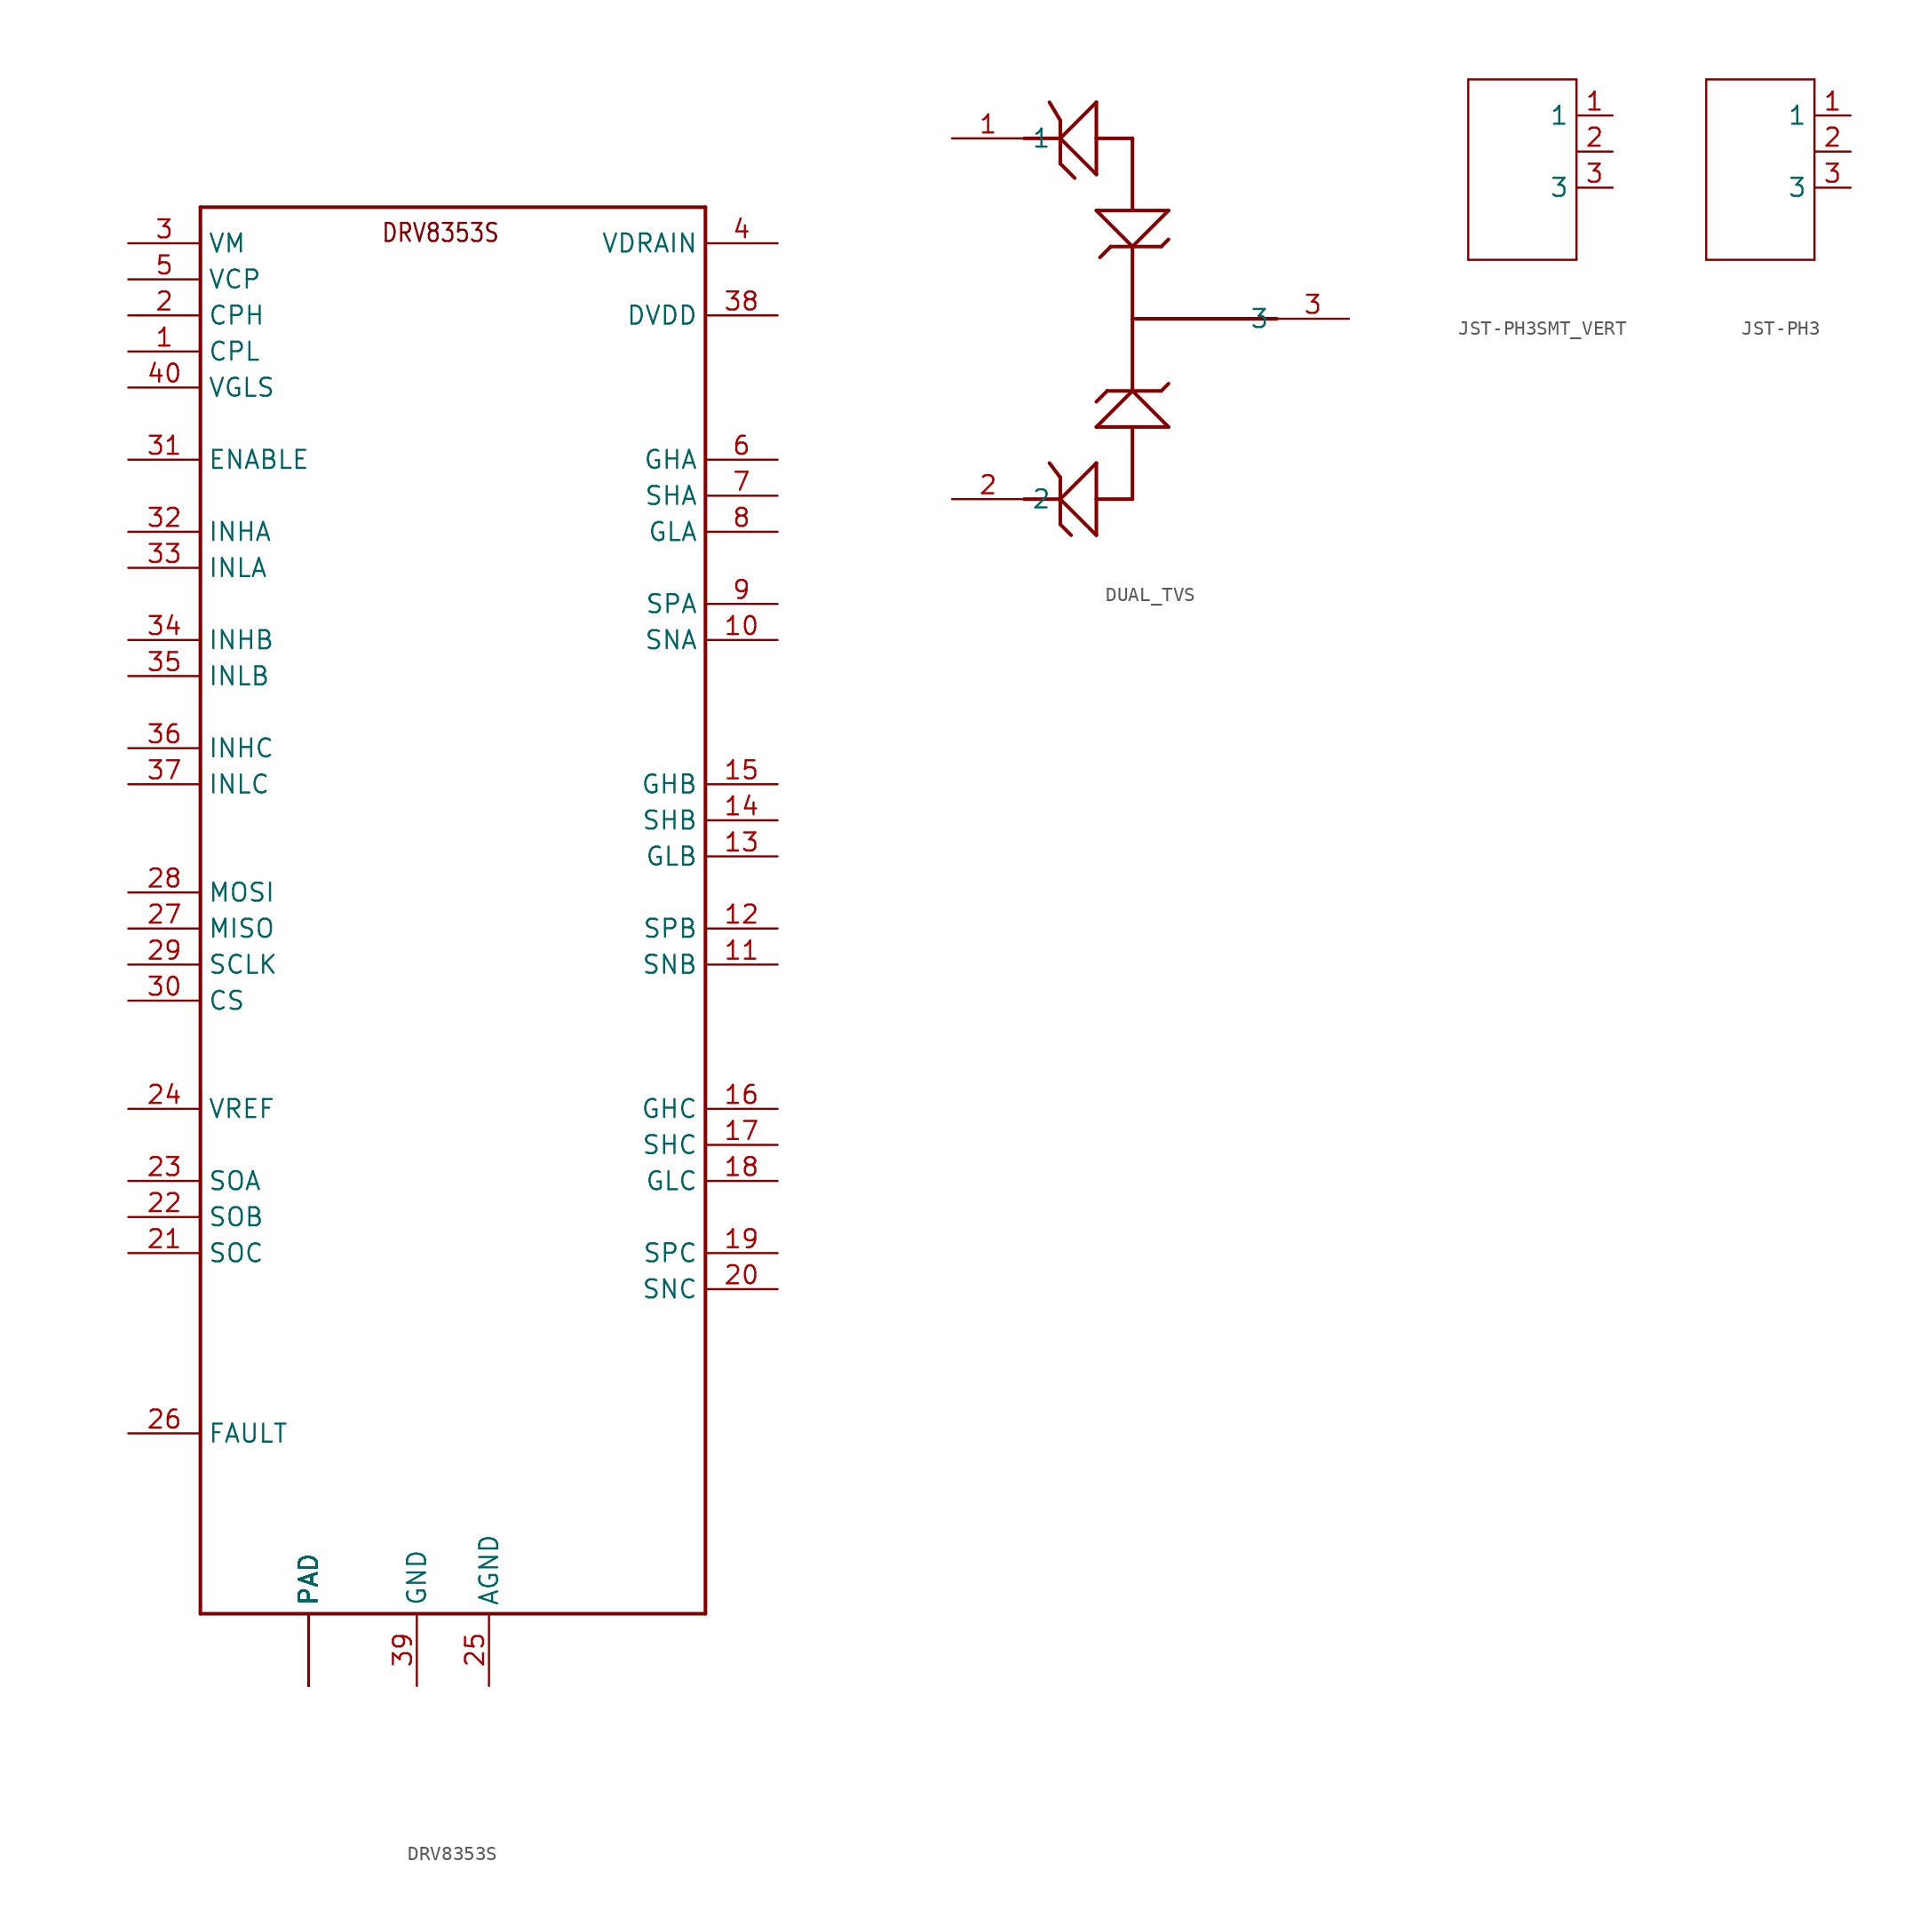
<source format=kicad_sym>
(kicad_symbol_lib
  (version 20220914)
  (generator kicad_symbol_editor)
  (symbol "DRV8353S"
    (property "Reference" ""
      (at -15.24 53.34 0)
      (effects (font (size 1.27 1.079)) (justify left bottom) hide))
    (property "ki_locked" ""
      (at 0 0 0)
      (effects (font (size 1.27 1.27))))
    (symbol "DRV8353S_1_0"
      (polyline (pts (xy -17.78 -48.26) (xy 17.78 -48.26)) (stroke (width 0.254) (type solid)) (fill (type none)))
      (polyline (pts (xy -17.78 50.8) (xy -17.78 -48.26)) (stroke (width 0.254) (type solid)) (fill (type none)))
      (polyline (pts (xy 17.78 -48.26) (xy 17.78 50.8)) (stroke (width 0.254) (type solid)) (fill (type none)))
      (polyline (pts (xy 17.78 50.8) (xy -17.78 50.8)) (stroke (width 0.254) (type solid)) (fill (type none)))
      (text "DRV8353S" (at -5.08 48.26 0) (effects (font (size 1.27 1.079)) (justify left bottom)))
      (pin bidirectional line (at -22.86 40.64 0) (length 5.08) (name "CPL" (effects (font (size 1.27 1.27)))) (number "1" (effects (font (size 1.27 1.27)))))
      (pin bidirectional line (at 22.86 20.32 180) (length 5.08) (name "SNA" (effects (font (size 1.27 1.27)))) (number "10" (effects (font (size 1.27 1.27)))))
      (pin bidirectional line (at 22.86 -2.54 180) (length 5.08) (name "SNB" (effects (font (size 1.27 1.27)))) (number "11" (effects (font (size 1.27 1.27)))))
      (pin bidirectional line (at 22.86 0 180) (length 5.08) (name "SPB" (effects (font (size 1.27 1.27)))) (number "12" (effects (font (size 1.27 1.27)))))
      (pin bidirectional line (at 22.86 5.08 180) (length 5.08) (name "GLB" (effects (font (size 1.27 1.27)))) (number "13" (effects (font (size 1.27 1.27)))))
      (pin bidirectional line (at 22.86 7.62 180) (length 5.08) (name "SHB" (effects (font (size 1.27 1.27)))) (number "14" (effects (font (size 1.27 1.27)))))
      (pin bidirectional line (at 22.86 10.16 180) (length 5.08) (name "GHB" (effects (font (size 1.27 1.27)))) (number "15" (effects (font (size 1.27 1.27)))))
      (pin bidirectional line (at 22.86 -12.7 180) (length 5.08) (name "GHC" (effects (font (size 1.27 1.27)))) (number "16" (effects (font (size 1.27 1.27)))))
      (pin bidirectional line (at 22.86 -15.24 180) (length 5.08) (name "SHC" (effects (font (size 1.27 1.27)))) (number "17" (effects (font (size 1.27 1.27)))))
      (pin bidirectional line (at 22.86 -17.78 180) (length 5.08) (name "GLC" (effects (font (size 1.27 1.27)))) (number "18" (effects (font (size 1.27 1.27)))))
      (pin bidirectional line (at 22.86 -22.86 180) (length 5.08) (name "SPC" (effects (font (size 1.27 1.27)))) (number "19" (effects (font (size 1.27 1.27)))))
      (pin bidirectional line (at -22.86 43.18 0) (length 5.08) (name "CPH" (effects (font (size 1.27 1.27)))) (number "2" (effects (font (size 1.27 1.27)))))
      (pin bidirectional line (at 22.86 -25.4 180) (length 5.08) (name "SNC" (effects (font (size 1.27 1.27)))) (number "20" (effects (font (size 1.27 1.27)))))
      (pin bidirectional line (at -22.86 -22.86 0) (length 5.08) (name "SOC" (effects (font (size 1.27 1.27)))) (number "21" (effects (font (size 1.27 1.27)))))
      (pin bidirectional line (at -22.86 -20.32 0) (length 5.08) (name "SOB" (effects (font (size 1.27 1.27)))) (number "22" (effects (font (size 1.27 1.27)))))
      (pin bidirectional line (at -22.86 -17.78 0) (length 5.08) (name "SOA" (effects (font (size 1.27 1.27)))) (number "23" (effects (font (size 1.27 1.27)))))
      (pin bidirectional line (at -22.86 -12.7 0) (length 5.08) (name "VREF" (effects (font (size 1.27 1.27)))) (number "24" (effects (font (size 1.27 1.27)))))
      (pin bidirectional line (at 2.54 -53.34 90) (length 5.08) (name "AGND" (effects (font (size 1.27 1.27)))) (number "25" (effects (font (size 1.27 1.27)))))
      (pin bidirectional line (at -22.86 -35.56 0) (length 5.08) (name "FAULT" (effects (font (size 1.27 1.27)))) (number "26" (effects (font (size 1.27 1.27)))))
      (pin bidirectional line (at -22.86 0 0) (length 5.08) (name "MISO" (effects (font (size 1.27 1.27)))) (number "27" (effects (font (size 1.27 1.27)))))
      (pin bidirectional line (at -22.86 2.54 0) (length 5.08) (name "MOSI" (effects (font (size 1.27 1.27)))) (number "28" (effects (font (size 1.27 1.27)))))
      (pin bidirectional line (at -22.86 -2.54 0) (length 5.08) (name "SCLK" (effects (font (size 1.27 1.27)))) (number "29" (effects (font (size 1.27 1.27)))))
      (pin bidirectional line (at -22.86 48.26 0) (length 5.08) (name "VM" (effects (font (size 1.27 1.27)))) (number "3" (effects (font (size 1.27 1.27)))))
      (pin bidirectional line (at -22.86 -5.08 0) (length 5.08) (name "CS" (effects (font (size 1.27 1.27)))) (number "30" (effects (font (size 1.27 1.27)))))
      (pin bidirectional line (at -22.86 33.02 0) (length 5.08) (name "ENABLE" (effects (font (size 1.27 1.27)))) (number "31" (effects (font (size 1.27 1.27)))))
      (pin bidirectional line (at -22.86 27.94 0) (length 5.08) (name "INHA" (effects (font (size 1.27 1.27)))) (number "32" (effects (font (size 1.27 1.27)))))
      (pin bidirectional line (at -22.86 25.4 0) (length 5.08) (name "INLA" (effects (font (size 1.27 1.27)))) (number "33" (effects (font (size 1.27 1.27)))))
      (pin bidirectional line (at -22.86 20.32 0) (length 5.08) (name "INHB" (effects (font (size 1.27 1.27)))) (number "34" (effects (font (size 1.27 1.27)))))
      (pin bidirectional line (at -22.86 17.78 0) (length 5.08) (name "INLB" (effects (font (size 1.27 1.27)))) (number "35" (effects (font (size 1.27 1.27)))))
      (pin bidirectional line (at -22.86 12.7 0) (length 5.08) (name "INHC" (effects (font (size 1.27 1.27)))) (number "36" (effects (font (size 1.27 1.27)))))
      (pin bidirectional line (at -22.86 10.16 0) (length 5.08) (name "INLC" (effects (font (size 1.27 1.27)))) (number "37" (effects (font (size 1.27 1.27)))))
      (pin bidirectional line (at 22.86 43.18 180) (length 5.08) (name "DVDD" (effects (font (size 1.27 1.27)))) (number "38" (effects (font (size 1.27 1.27)))))
      (pin bidirectional line (at -2.54 -53.34 90) (length 5.08) (name "GND" (effects (font (size 1.27 1.27)))) (number "39" (effects (font (size 1.27 1.27)))))
      (pin bidirectional line (at 22.86 48.26 180) (length 5.08) (name "VDRAIN" (effects (font (size 1.27 1.27)))) (number "4" (effects (font (size 1.27 1.27)))))
      (pin bidirectional line (at -22.86 38.1 0) (length 5.08) (name "VGLS" (effects (font (size 1.27 1.27)))) (number "40" (effects (font (size 1.27 1.27)))))
      (pin bidirectional line (at -22.86 45.72 0) (length 5.08) (name "VCP" (effects (font (size 1.27 1.27)))) (number "5" (effects (font (size 1.27 1.27)))))
      (pin bidirectional line (at 22.86 33.02 180) (length 5.08) (name "GHA" (effects (font (size 1.27 1.27)))) (number "6" (effects (font (size 1.27 1.27)))))
      (pin bidirectional line (at 22.86 30.48 180) (length 5.08) (name "SHA" (effects (font (size 1.27 1.27)))) (number "7" (effects (font (size 1.27 1.27)))))
      (pin bidirectional line (at 22.86 27.94 180) (length 5.08) (name "GLA" (effects (font (size 1.27 1.27)))) (number "8" (effects (font (size 1.27 1.27)))))
      (pin bidirectional line (at 22.86 22.86 180) (length 5.08) (name "SPA" (effects (font (size 1.27 1.27)))) (number "9" (effects (font (size 1.27 1.27)))))
      (pin bidirectional line (at -10.16 -53.34 90) (length 5.08) (name "PAD" (effects (font (size 1.27 1.27)))) (number "P1" (effects (font (size 0 0)))))
      (pin bidirectional line (at -10.16 -53.34 90) (length 5.08) (name "PAD" (effects (font (size 1.27 1.27)))) (number "P12" (effects (font (size 0 0)))))
      (pin bidirectional line (at -10.16 -53.34 90) (length 5.08) (name "PAD" (effects (font (size 1.27 1.27)))) (number "P13" (effects (font (size 0 0)))))
      (pin bidirectional line (at -10.16 -53.34 90) (length 5.08) (name "PAD" (effects (font (size 1.27 1.27)))) (number "P14" (effects (font (size 0 0)))))
      (pin bidirectional line (at -10.16 -53.34 90) (length 5.08) (name "PAD" (effects (font (size 1.27 1.27)))) (number "P17" (effects (font (size 0 0)))))
      (pin bidirectional line (at -10.16 -53.34 90) (length 5.08) (name "PAD" (effects (font (size 1.27 1.27)))) (number "P18" (effects (font (size 0 0)))))
      (pin bidirectional line (at -10.16 -53.34 90) (length 5.08) (name "PAD" (effects (font (size 1.27 1.27)))) (number "P19" (effects (font (size 0 0)))))
      (pin bidirectional line (at -10.16 -53.34 90) (length 5.08) (name "PAD" (effects (font (size 1.27 1.27)))) (number "P2" (effects (font (size 0 0)))))
      (pin bidirectional line (at -10.16 -53.34 90) (length 5.08) (name "PAD" (effects (font (size 1.27 1.27)))) (number "P3" (effects (font (size 0 0)))))
      (pin bidirectional line (at -10.16 -53.34 90) (length 5.08) (name "PAD" (effects (font (size 1.27 1.27)))) (number "P7" (effects (font (size 0 0)))))
      (pin bidirectional line (at -10.16 -53.34 90) (length 5.08) (name "PAD" (effects (font (size 1.27 1.27)))) (number "P8" (effects (font (size 0 0)))))
      (pin bidirectional line (at -10.16 -53.34 90) (length 5.08) (name "PAD" (effects (font (size 1.27 1.27)))) (number "P9" (effects (font (size 0 0)))))
      (pin bidirectional line (at -10.16 -53.34 90) (length 5.08) (name "PAD" (effects (font (size 1.27 1.27)))) (number "PAD" (effects (font (size 0 0)))))))
  (symbol "DUAL_TVS"
    (property "Reference" ""
      (at 0 0 0)
      (effects (font (size 1.27 1.27)) hide))
    (property "ki_locked" ""
      (at 0 0 0)
      (effects (font (size 1.27 1.27))))
    (symbol "DUAL_TVS_1_0"
      (polyline (pts (xy -10.16 -12.7) (xy -7.62 -12.7)) (stroke (width 0.254) (type solid)) (fill (type none)))
      (polyline (pts (xy -10.16 12.7) (xy -7.62 12.7)) (stroke (width 0.254) (type solid)) (fill (type none)))
      (polyline (pts (xy -7.62 -14.478) (xy -6.858 -15.24)) (stroke (width 0.254) (type solid)) (fill (type none)))
      (polyline (pts (xy -7.62 -12.7) (xy -7.62 -14.478)) (stroke (width 0.254) (type solid)) (fill (type none)))
      (polyline (pts (xy -7.62 -12.7) (xy -7.62 -11.176)) (stroke (width 0.254) (type solid)) (fill (type none)))
      (polyline (pts (xy -7.62 -12.7) (xy -5.08 -10.16)) (stroke (width 0.254) (type solid)) (fill (type none)))
      (polyline (pts (xy -7.62 -11.176) (xy -8.382 -10.16)) (stroke (width 0.254) (type solid)) (fill (type none)))
      (polyline (pts (xy -7.62 10.922) (xy -6.604 9.906)) (stroke (width 0.254) (type solid)) (fill (type none)))
      (polyline (pts (xy -7.62 12.7) (xy -7.62 10.922)) (stroke (width 0.254) (type solid)) (fill (type none)))
      (polyline (pts (xy -7.62 12.7) (xy -7.62 13.97)) (stroke (width 0.254) (type solid)) (fill (type none)))
      (polyline (pts (xy -7.62 12.7) (xy -5.08 15.24)) (stroke (width 0.254) (type solid)) (fill (type none)))
      (polyline (pts (xy -7.62 13.97) (xy -8.382 15.24)) (stroke (width 0.254) (type solid)) (fill (type none)))
      (polyline (pts (xy -5.08 -15.24) (xy -7.62 -12.7)) (stroke (width 0.254) (type solid)) (fill (type none)))
      (polyline (pts (xy -5.08 -12.7) (xy -5.08 -15.24)) (stroke (width 0.254) (type solid)) (fill (type none)))
      (polyline (pts (xy -5.08 -12.7) (xy -2.54 -12.7)) (stroke (width 0.254) (type solid)) (fill (type none)))
      (polyline (pts (xy -5.08 -10.16) (xy -5.08 -12.7)) (stroke (width 0.254) (type solid)) (fill (type none)))
      (polyline (pts (xy -5.08 -7.62) (xy 0 -7.62)) (stroke (width 0.254) (type solid)) (fill (type none)))
      (polyline (pts (xy -5.08 7.62) (xy 0 7.62)) (stroke (width 0.254) (type solid)) (fill (type none)))
      (polyline (pts (xy -5.08 10.16) (xy -7.62 12.7)) (stroke (width 0.254) (type solid)) (fill (type none)))
      (polyline (pts (xy -5.08 12.7) (xy -5.08 10.16)) (stroke (width 0.254) (type solid)) (fill (type none)))
      (polyline (pts (xy -5.08 12.7) (xy -2.54 12.7)) (stroke (width 0.254) (type solid)) (fill (type none)))
      (polyline (pts (xy -5.08 15.24) (xy -5.08 12.7)) (stroke (width 0.254) (type solid)) (fill (type none)))
      (polyline (pts (xy -4.318 -5.08) (xy -5.08 -5.842)) (stroke (width 0.254) (type solid)) (fill (type none)))
      (polyline (pts (xy -4.064 5.08) (xy -4.826 4.318)) (stroke (width 0.254) (type solid)) (fill (type none)))
      (polyline (pts (xy -2.54 -12.7) (xy -2.54 -7.62)) (stroke (width 0.254) (type solid)) (fill (type none)))
      (polyline (pts (xy -2.54 -5.08) (xy -5.08 -7.62)) (stroke (width 0.254) (type solid)) (fill (type none)))
      (polyline (pts (xy -2.54 -5.08) (xy -4.318 -5.08)) (stroke (width 0.254) (type solid)) (fill (type none)))
      (polyline (pts (xy -2.54 -5.08) (xy -2.54 0)) (stroke (width 0.254) (type solid)) (fill (type none)))
      (polyline (pts (xy -2.54 -5.08) (xy -0.508 -5.08)) (stroke (width 0.254) (type solid)) (fill (type none)))
      (polyline (pts (xy -2.54 0) (xy 7.62 0)) (stroke (width 0.254) (type solid)) (fill (type none)))
      (polyline (pts (xy -2.54 5.08) (xy -5.08 7.62)) (stroke (width 0.254) (type solid)) (fill (type none)))
      (polyline (pts (xy -2.54 5.08) (xy -4.064 5.08)) (stroke (width 0.254) (type solid)) (fill (type none)))
      (polyline (pts (xy -2.54 5.08) (xy -2.54 0)) (stroke (width 0.254) (type solid)) (fill (type none)))
      (polyline (pts (xy -2.54 5.08) (xy -0.508 5.08)) (stroke (width 0.254) (type solid)) (fill (type none)))
      (polyline (pts (xy -2.54 12.7) (xy -2.54 7.62)) (stroke (width 0.254) (type solid)) (fill (type none)))
      (polyline (pts (xy -0.508 -5.08) (xy 0 -4.572)) (stroke (width 0.254) (type solid)) (fill (type none)))
      (polyline (pts (xy -0.508 5.08) (xy 0 5.588)) (stroke (width 0.254) (type solid)) (fill (type none)))
      (polyline (pts (xy 0 -7.62) (xy -2.54 -5.08)) (stroke (width 0.254) (type solid)) (fill (type none)))
      (polyline (pts (xy 0 7.62) (xy -2.54 5.08)) (stroke (width 0.254) (type solid)) (fill (type none)))
      (pin bidirectional line (at -15.24 12.7 0) (length 5.08) (name "1" (effects (font (size 1.27 1.27)))) (number "1" (effects (font (size 1.27 1.27)))))
      (pin bidirectional line (at -15.24 -12.7 0) (length 5.08) (name "2" (effects (font (size 1.27 1.27)))) (number "2" (effects (font (size 1.27 1.27)))))
      (pin bidirectional line (at 12.7 0 180) (length 5.08) (name "3" (effects (font (size 1.27 1.27)))) (number "3" (effects (font (size 1.27 1.27)))))))
  (symbol "JST-PH3SMT_VERT"
    (property "Reference" ""
      (at -5.08 5.842 0)
      (effects (font (size 1.778 1.511)) (justify left bottom) hide))
    (property "Value" ""
      (at -5.08 -9.906 0)
      (effects (font (size 1.778 1.511)) (justify left bottom)))
    (property "ki_locked" ""
      (at 0 0 0)
      (effects (font (size 1.27 1.27))))
    (symbol "JST-PH3SMT_VERT_1_0"
      (polyline (pts (xy -5.08 -7.62) (xy 2.54 -7.62)) (stroke (width 0.152) (type solid)) (fill (type none)))
      (polyline (pts (xy -5.08 5.08) (xy -5.08 -7.62)) (stroke (width 0.152) (type solid)) (fill (type none)))
      (polyline (pts (xy 2.54 -7.62) (xy 2.54 5.08)) (stroke (width 0.152) (type solid)) (fill (type none)))
      (polyline (pts (xy 2.54 5.08) (xy -5.08 5.08)) (stroke (width 0.152) (type solid)) (fill (type none)))
      (pin passive line (at 5.08 2.54 180) (length 2.54) (name "1" (effects (font (size 1.27 1.27)))) (number "1" (effects (font (size 1.27 1.27)))))
      (pin passive line (at 5.08 0 180) (length 2.54) (name "2" (effects (font (size 0 0)))) (number "2" (effects (font (size 1.27 1.27)))))
      (pin passive line (at 5.08 -2.54 180) (length 2.54) (name "3" (effects (font (size 1.27 1.27)))) (number "3" (effects (font (size 1.27 1.27)))))))
  (symbol "JST-PH3"
    (property "Reference" ""
      (at -5.08 5.842 0)
      (effects (font (size 1.778 1.511)) (justify left bottom) hide))
    (property "Value" ""
      (at -5.08 -9.906 0)
      (effects (font (size 1.778 1.511)) (justify left bottom)))
    (property "ki_locked" ""
      (at 0 0 0)
      (effects (font (size 1.27 1.27))))
    (symbol "JST-PH3_1_0"
      (polyline (pts (xy -5.08 -7.62) (xy 2.54 -7.62)) (stroke (width 0.152) (type solid)) (fill (type none)))
      (polyline (pts (xy -5.08 5.08) (xy -5.08 -7.62)) (stroke (width 0.152) (type solid)) (fill (type none)))
      (polyline (pts (xy 2.54 -7.62) (xy 2.54 5.08)) (stroke (width 0.152) (type solid)) (fill (type none)))
      (polyline (pts (xy 2.54 5.08) (xy -5.08 5.08)) (stroke (width 0.152) (type solid)) (fill (type none)))
      (pin passive line (at 5.08 2.54 180) (length 2.54) (name "1" (effects (font (size 1.27 1.27)))) (number "1" (effects (font (size 1.27 1.27)))))
      (pin passive line (at 5.08 0 180) (length 2.54) (name "2" (effects (font (size 0 0)))) (number "2" (effects (font (size 1.27 1.27)))))
      (pin passive line (at 5.08 -2.54 180) (length 2.54) (name "3" (effects (font (size 1.27 1.27)))) (number "3" (effects (font (size 1.27 1.27))))))))
</source>
